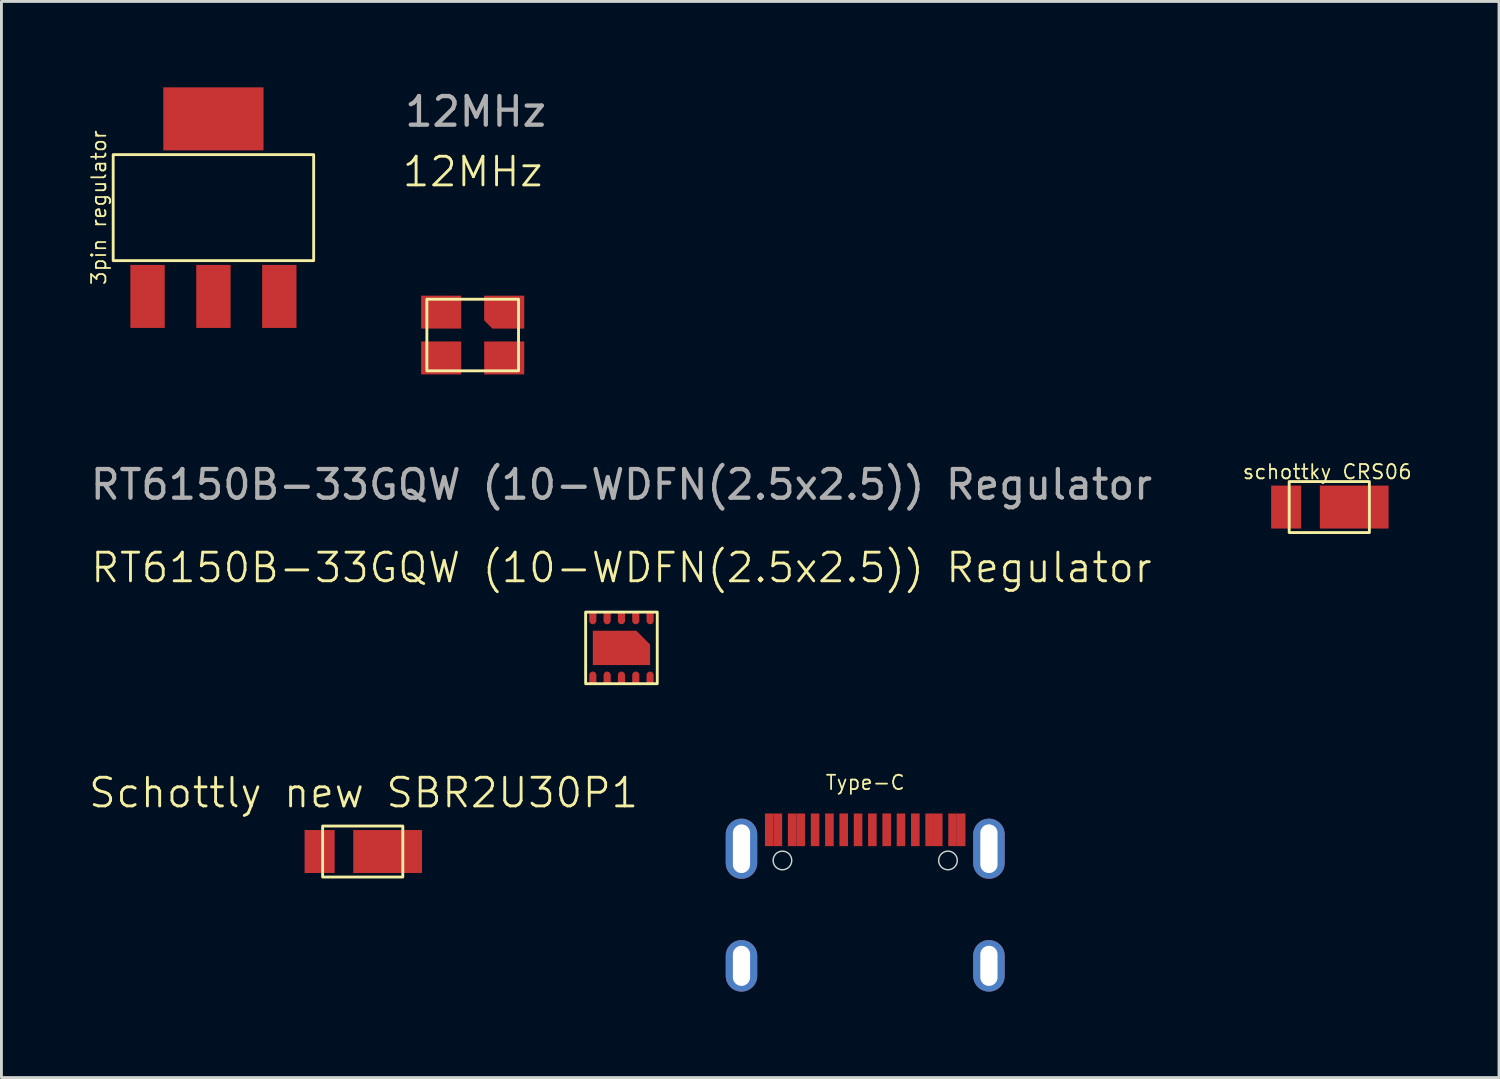
<source format=kicad_pcb>
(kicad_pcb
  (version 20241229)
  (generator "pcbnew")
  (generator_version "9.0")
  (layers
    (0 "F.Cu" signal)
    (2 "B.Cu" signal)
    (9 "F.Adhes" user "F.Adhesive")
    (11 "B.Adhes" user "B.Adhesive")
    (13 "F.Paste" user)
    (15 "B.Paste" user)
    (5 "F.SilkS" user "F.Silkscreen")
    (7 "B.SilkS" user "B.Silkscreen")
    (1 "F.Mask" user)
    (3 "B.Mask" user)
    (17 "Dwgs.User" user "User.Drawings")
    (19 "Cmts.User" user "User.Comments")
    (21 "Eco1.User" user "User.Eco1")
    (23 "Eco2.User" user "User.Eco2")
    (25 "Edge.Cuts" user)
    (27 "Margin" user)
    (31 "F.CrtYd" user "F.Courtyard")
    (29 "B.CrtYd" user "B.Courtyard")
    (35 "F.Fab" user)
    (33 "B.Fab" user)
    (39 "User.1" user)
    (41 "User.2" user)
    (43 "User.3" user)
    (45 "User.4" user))
  (footprint "3pin regulator"
    (layer "F.Cu")
    (at 4.402 4.1)
    (property "Reference" "3pin regulator" (at -4 0.1 90) (unlocked yes) (layer "F.SilkS") (effects (font (size 0.5 0.5) (thickness 0.062))))
    (attr smd)
    (fp_rect (start -3.5 -1.75) (end 3.5 1.95) (stroke (width 0.1) (type solid)) (fill no) (layer "F.SilkS"))
    (pad "1" smd rect (at -2.3 3.2) (size 1.2 2.2) (layers "F.Cu" "F.Mask" "F.Paste"))
    (pad "2" smd rect (at 0 3.2) (size 1.2 2.2) (layers "F.Cu" "F.Mask" "F.Paste"))
    (pad "3" smd rect (at 0 -3) (size 3.5 2.2) (layers "F.Cu" "F.Mask" "F.Paste"))
    (pad "3" smd rect (at 2.3 3.2) (size 1.2 2.2) (layers "F.Cu" "F.Mask" "F.Paste")))
  (footprint "schottky CRS06"
    (layer "F.Cu")
    (at 42.834 14.655)
    (property "Reference" "schottky CRS06" (at 0.46 -1.23 0) (unlocked yes) (layer "F.SilkS") (effects (font (size 0.5 0.5) (thickness 0.062))))
    (attr smd)
    (fp_rect (start -0.87 -0.89) (end 1.93 0.89) (stroke (width 0.1) (type solid)) (fill no) (layer "F.SilkS"))
    (pad "1" smd rect (at 1.4 0 180) (size 2.4 1.5) (layers "F.Cu" "F.Mask" "F.Paste"))
    (pad "2" smd rect (at -0.975 0 180) (size 1.05 1.5) (layers "F.Cu" "F.Mask" "F.Paste" "Eco1.User")))
  (footprint "12MHz"
    (layer "F.Cu")
    (at 13.455 8.648)
    (property "Reference" "12MHz" (at 0 -5.7 0) (unlocked yes) (layer "F.SilkS") (effects (font (size 1 1) (thickness 0.1))))
    (attr smd)
    (fp_rect (start -1.6 -1.25) (end 1.6 1.25) (stroke (width 0.1) (type solid)) (fill no) (layer "F.SilkS"))
    (fp_text user "${REFERENCE}" (at 0.1 -7.8 0) (unlocked yes) (layer "F.Fab") (effects (font (size 1 1) (thickness 0.15))))
    (pad "1" smd roundrect (at 1.1 -0.8 180) (size 1.4 1.15) (layers "F.Cu" "F.Mask" "F.Paste") (roundrect_rratio 0) (chamfer_ratio 0.25) (chamfer top_right))
    (pad "2" smd rect (at -1.1 -0.8 180) (size 1.4 1.15) (layers "F.Cu" "F.Mask" "F.Paste"))
    (pad "3" smd rect (at -1.1 0.8 180) (size 1.4 1.15) (layers "F.Cu" "F.Mask" "F.Paste"))
    (pad "4" smd rect (at 1.1 0.8 180) (size 1.4 1.15) (layers "F.Cu" "F.Mask" "F.Paste")))
  (footprint "Type-C"
    (layer "F.Cu")
    (at 27.16 28.674)
    (property "Reference" "Type-C" (at 0 -4.4 0) (unlocked yes) (layer "F.SilkS") (effects (font (size 0.5 0.5) (thickness 0.062))))
    (attr smd)
    (fp_circle (center -2.89 -1.68) (end -2.565 -1.68) (stroke (width 0.05) (type solid)) (fill no) (layer "Edge.Cuts"))
    (fp_circle (center 2.89 -1.68) (end 3.215 -1.68) (stroke (width 0.05) (type solid)) (fill no) (layer "Edge.Cuts"))
    (pad "A1" smd rect (at -3.35 -2.75) (size 0.3 1.14) (layers "F.Cu" "F.Mask" "F.Paste"))
    (pad "A4" smd rect (at -2.55 -2.75) (size 0.3 1.14) (layers "F.Cu" "F.Mask" "F.Paste"))
    (pad "A5" smd rect (at -1.25 -2.75) (size 0.3 1.14) (layers "F.Cu" "F.Mask" "F.Paste"))
    (pad "A6" smd rect (at -0.25 -2.75) (size 0.3 1.14) (layers "F.Cu" "F.Mask" "F.Paste"))
    (pad "A7" smd rect (at 0.25 -2.75) (size 0.3 1.14) (layers "F.Cu" "F.Mask" "F.Paste"))
    (pad "A8" smd rect (at 1.25 -2.75) (size 0.3 1.14) (layers "F.Cu" "F.Mask" "F.Paste"))
    (pad "A9" smd rect (at 2.55 -2.75) (size 0.3 1.14) (layers "F.Cu" "F.Mask" "F.Paste"))
    (pad "B4" smd rect (at 2.25 -2.75) (size 0.3 1.14) (layers "F.Cu" "F.Mask" "F.Paste" "Eco1.User"))
    (pad "B5" smd rect (at 1.75 -2.75) (size 0.3 1.14) (layers "F.Cu" "F.Mask" "F.Paste"))
    (pad "B6" smd rect (at 0.75 -2.75) (size 0.3 1.14) (layers "F.Cu" "F.Mask" "F.Paste"))
    (pad "B7" smd rect (at -0.75 -2.75) (size 0.3 1.14) (layers "F.Cu" "F.Mask" "F.Paste"))
    (pad "B8" smd rect (at -1.75 -2.75) (size 0.3 1.14) (layers "F.Cu" "F.Mask" "F.Paste"))
    (pad "B8" smd rect (at 3.05 -2.75) (size 0.3 1.14) (layers "F.Cu" "F.Mask" "F.Paste"))
    (pad "B8" smd rect (at 3.35 -2.75) (size 0.3 1.14) (layers "F.Cu" "F.Mask" "F.Paste"))
    (pad "B9" smd rect (at -2.25 -2.75) (size 0.3 1.14) (layers "F.Cu" "F.Mask" "F.Paste"))
    (pad "B12" smd rect (at -3.05 -2.75) (size 0.3 1.14) (layers "F.Cu" "F.Mask" "F.Paste"))
    (pad "S1" thru_hole oval (at -4.32 -2.09) (size 1.1 2.1) (drill oval 0.6 1.7) (layers "*.Cu" "*.Mask"))
    (pad "S1" thru_hole oval (at -4.32 2) (size 1.1 1.8) (drill oval 0.6 1.4) (layers "*.Cu" "*.Mask"))
    (pad "S1" thru_hole oval (at 4.32 -2.09) (size 1.1 2.1) (drill oval 0.6 1.7) (layers "*.Cu" "*.Mask"))
    (pad "S1" thru_hole oval (at 4.32 2) (size 1.1 1.8) (drill oval 0.6 1.4) (layers "*.Cu" "*.Mask")))
  (footprint "RT6150B-33GQW (10-WDFN(2.5x2.5)) Regulator"
    (layer "F.Cu")
    (at 18.649 19.572)
    (property "Reference" "RT6150B-33GQW (10-WDFN(2.5x2.5)) Regulator" (at 0 -2.8 0) (unlocked yes) (layer "F.SilkS") (effects (font (size 1 1) (thickness 0.1))))
    (attr smd)
    (fp_rect (start -1.25 -1.25) (end 1.25 1.25) (stroke (width 0.1) (type solid)) (fill no) (layer "F.SilkS"))
    (fp_text user "${REFERENCE}" (at 0 -5.7 0) (unlocked yes) (layer "F.Fab") (effects (font (size 1 1) (thickness 0.15))))
    (pad "1" smd roundrect (at 1 -1.05) (size 0.25 0.45) (layers "F.Cu" "F.Mask" "F.Paste") (roundrect_rratio 0.5) (chamfer_ratio 0) (chamfer top_left top_right))
    (pad "2" smd roundrect (at 0.5 -1.05) (size 0.25 0.45) (layers "F.Cu" "F.Mask" "F.Paste") (roundrect_rratio 0.5) (chamfer_ratio 0) (chamfer top_left top_right))
    (pad "3" smd roundrect (at 0 -1.05) (size 0.25 0.45) (layers "F.Cu" "F.Mask" "F.Paste") (roundrect_rratio 0.5) (chamfer_ratio 0) (chamfer top_left top_right))
    (pad "4" smd roundrect (at -0.5 -1.05) (size 0.25 0.45) (layers "F.Cu" "F.Mask" "F.Paste") (roundrect_rratio 0.5) (chamfer_ratio 0) (chamfer top_left top_right))
    (pad "5" smd roundrect (at -1 -1.05) (size 0.25 0.45) (layers "F.Cu" "F.Mask" "F.Paste") (roundrect_rratio 0.5) (chamfer_ratio 0) (chamfer top_left top_right))
    (pad "6" smd roundrect (at -1 1.05 180) (size 0.25 0.45) (layers "F.Cu" "F.Mask" "F.Paste") (roundrect_rratio 0.5) (chamfer_ratio 0) (chamfer top_left top_right))
    (pad "7" smd roundrect (at -0.5 1.05 180) (size 0.25 0.45) (layers "F.Cu" "F.Mask" "F.Paste") (roundrect_rratio 0.5) (chamfer_ratio 0) (chamfer top_left top_right))
    (pad "8" smd roundrect (at 0 1.05 180) (size 0.25 0.45) (layers "F.Cu" "F.Mask" "F.Paste") (roundrect_rratio 0.5) (chamfer_ratio 0) (chamfer top_left top_right))
    (pad "9" smd roundrect (at 0.5 1.05 180) (size 0.25 0.45) (layers "F.Cu" "F.Mask" "F.Paste") (roundrect_rratio 0.5) (chamfer_ratio 0) (chamfer top_left top_right))
    (pad "10" smd roundrect (at 1 1.05 180) (size 0.25 0.45) (layers "F.Cu" "F.Mask" "F.Paste") (roundrect_rratio 0.5) (chamfer_ratio 0) (chamfer top_left top_right))
    (pad "11" smd roundrect (at 0 0 180) (size 2 1.2) (layers "F.Cu" "F.Mask" "F.Paste") (roundrect_rratio 0) (chamfer_ratio 0.4) (chamfer bottom_left)))
  (footprint "Schottly new SBR2U30P1"
    (layer "F.Cu")
    (at 9.435 26.602)
    (property "Reference" "Schottly new SBR2U30P1" (at 0.21 -1.97 0) (unlocked yes) (layer "F.SilkS") (effects (font (size 1 1) (thickness 0.1))))
    (attr smd)
    (fp_rect (start -1.22 -0.81) (end 1.58 0.97) (stroke (width 0.1) (type solid)) (fill no) (layer "F.SilkS"))
    (pad "1" smd rect (at 1.05 0.08 180) (size 2.4 1.5) (layers "F.Cu" "F.Mask" "F.Paste"))
    (pad "2" smd rect (at -1.325 0.08 180) (size 1.05 1.5) (layers "F.Cu" "F.Mask" "F.Paste" "Eco1.User")))
  (gr_rect
    (start -3 -3)
    (end 49.29 34.574)
    (stroke (width 0.1) (type default))
    (fill no)
    (layer "Edge.Cuts")))
</source>
